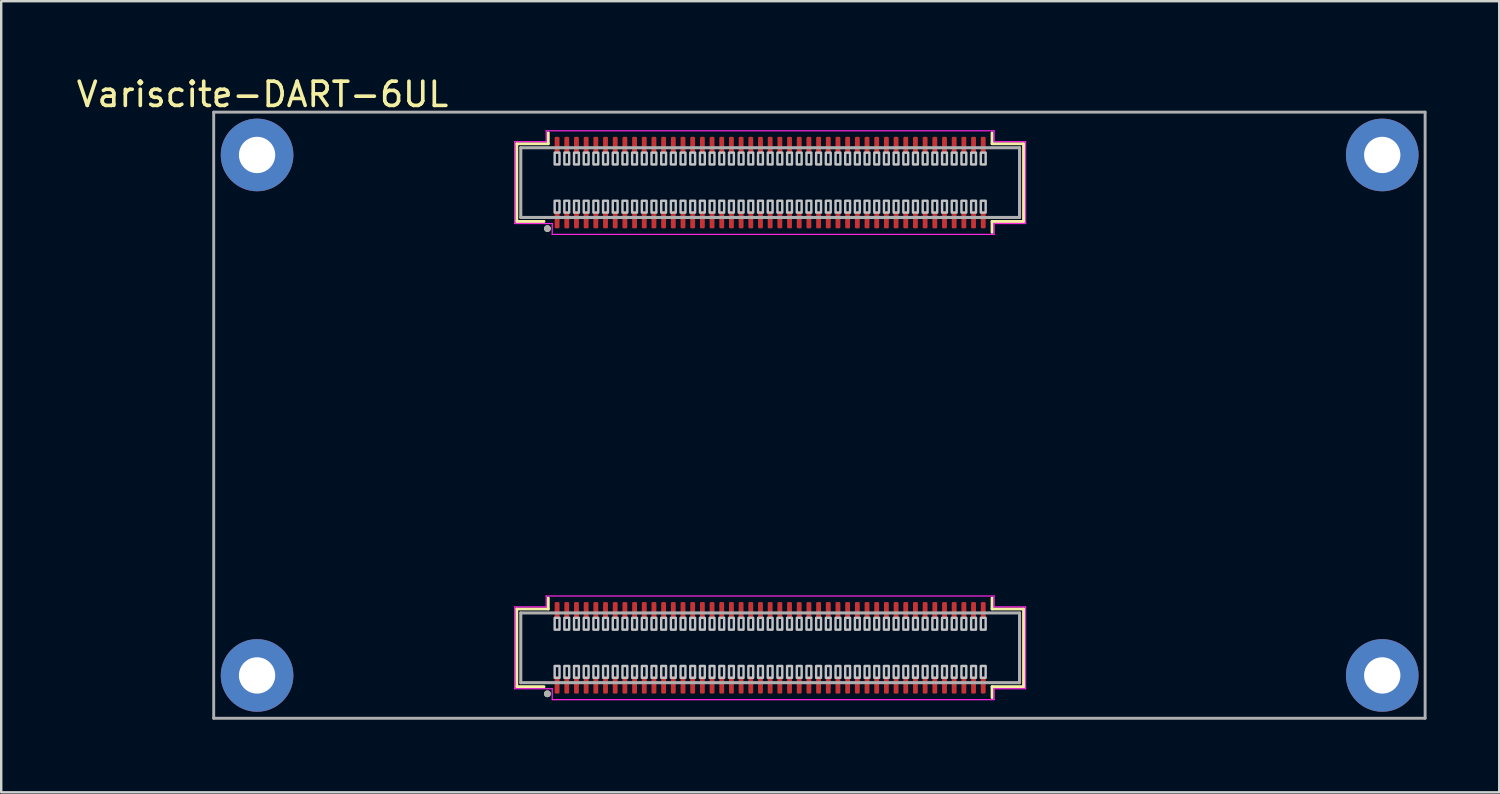
<source format=kicad_pcb>
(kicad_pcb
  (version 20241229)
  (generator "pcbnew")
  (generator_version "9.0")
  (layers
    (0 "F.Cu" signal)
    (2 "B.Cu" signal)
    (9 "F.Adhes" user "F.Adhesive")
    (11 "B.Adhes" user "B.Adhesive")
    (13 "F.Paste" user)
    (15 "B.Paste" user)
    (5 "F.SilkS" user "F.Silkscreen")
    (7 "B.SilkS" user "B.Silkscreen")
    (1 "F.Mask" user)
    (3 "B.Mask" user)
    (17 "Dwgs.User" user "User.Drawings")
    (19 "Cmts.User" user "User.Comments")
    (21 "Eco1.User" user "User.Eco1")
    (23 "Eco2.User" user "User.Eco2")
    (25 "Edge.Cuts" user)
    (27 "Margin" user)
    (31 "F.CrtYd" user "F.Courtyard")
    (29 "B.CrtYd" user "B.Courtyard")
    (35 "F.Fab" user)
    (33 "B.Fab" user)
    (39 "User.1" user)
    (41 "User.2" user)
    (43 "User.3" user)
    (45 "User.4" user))
  (footprint "Variscite-DART-6UL"
    (layer "F.Cu")
    (at 30.792 14.098)
    (property "Reference" "Variscite-DART-6UL" (at -23 -13.25 180) (layer "F.SilkS") (effects (font (size 1 1) (thickness 0.15))))
    (attr through_hole)
    (fp_line (start -12.499 -11.212) (end -11.199 -11.212) (stroke (width 0.12) (type solid)) (layer "F.SilkS"))
    (fp_line (start -12.499 -8.002) (end -12.499 -11.212) (stroke (width 0.12) (type solid)) (layer "F.SilkS"))
    (fp_line (start -12.499 8.002) (end -11.199 8.002) (stroke (width 0.12) (type solid)) (layer "F.SilkS"))
    (fp_line (start -12.499 11.212) (end -12.499 8.002) (stroke (width 0.12) (type solid)) (layer "F.SilkS"))
    (fp_line (start -11.374 -8.002) (end -12.499 -8.002) (stroke (width 0.12) (type solid)) (layer "F.SilkS"))
    (fp_line (start -11.374 11.212) (end -12.499 11.212) (stroke (width 0.12) (type solid)) (layer "F.SilkS"))
    (fp_line (start -11.199 -11.212) (end -11.199 -11.662) (stroke (width 0.12) (type solid)) (layer "F.SilkS"))
    (fp_line (start -11.199 8.002) (end -11.199 7.552) (stroke (width 0.12) (type solid)) (layer "F.SilkS"))
    (fp_line (start 7.131 -11.662) (end 7.131 -11.212) (stroke (width 0.12) (type solid)) (layer "F.SilkS"))
    (fp_line (start 7.131 -8.002) (end 7.131 -7.552) (stroke (width 0.12) (type solid)) (layer "F.SilkS"))
    (fp_line (start 7.131 7.552) (end 7.131 8.002) (stroke (width 0.12) (type solid)) (layer "F.SilkS"))
    (fp_line (start 7.131 11.212) (end 7.131 11.662) (stroke (width 0.12) (type solid)) (layer "F.SilkS"))
    (fp_line (start 8.431 -11.212) (end 7.131 -11.212) (stroke (width 0.12) (type solid)) (layer "F.SilkS"))
    (fp_line (start 8.431 -11.212) (end 8.431 -8.002) (stroke (width 0.12) (type solid)) (layer "F.SilkS"))
    (fp_line (start 8.431 -8.002) (end 7.131 -8.002) (stroke (width 0.12) (type solid)) (layer "F.SilkS"))
    (fp_line (start 8.431 8.002) (end 7.131 8.002) (stroke (width 0.12) (type solid)) (layer "F.SilkS"))
    (fp_line (start 8.431 8.002) (end 8.431 11.212) (stroke (width 0.12) (type solid)) (layer "F.SilkS"))
    (fp_line (start 8.431 11.212) (end 7.131 11.212) (stroke (width 0.12) (type solid)) (layer "F.SilkS"))
    (fp_circle (center -11.234 -7.707) (end -11.164 -7.707) (stroke (width 0.14) (type solid)) (fill no) (layer "F.SilkS"))
    (fp_circle (center -11.234 11.507) (end -11.164 11.507) (stroke (width 0.14) (type solid)) (fill no) (layer "F.SilkS"))
    (fp_poly (pts (xy -10.734 -10.846) (xy -10.734 -10.357) (xy -10.934 -10.357) (xy -10.934 -10.846)) (stroke (width 0.1) (type solid)) (fill no) (layer "Dwgs.User"))
    (fp_poly (pts (xy -10.734 -8.857) (xy -10.734 -8.368) (xy -10.934 -8.368) (xy -10.934 -8.857)) (stroke (width 0.1) (type solid)) (fill no) (layer "Dwgs.User"))
    (fp_poly (pts (xy -10.734 8.368) (xy -10.734 8.857) (xy -10.934 8.857) (xy -10.934 8.368)) (stroke (width 0.1) (type solid)) (fill no) (layer "Dwgs.User"))
    (fp_poly (pts (xy -10.734 10.357) (xy -10.734 10.846) (xy -10.934 10.846) (xy -10.934 10.357)) (stroke (width 0.1) (type solid)) (fill no) (layer "Dwgs.User"))
    (fp_poly (pts (xy -10.334 -10.846) (xy -10.334 -10.357) (xy -10.534 -10.357) (xy -10.534 -10.846)) (stroke (width 0.1) (type solid)) (fill no) (layer "Dwgs.User"))
    (fp_poly (pts (xy -10.334 -8.857) (xy -10.334 -8.368) (xy -10.534 -8.368) (xy -10.534 -8.857)) (stroke (width 0.1) (type solid)) (fill no) (layer "Dwgs.User"))
    (fp_poly (pts (xy -10.334 8.368) (xy -10.334 8.857) (xy -10.534 8.857) (xy -10.534 8.368)) (stroke (width 0.1) (type solid)) (fill no) (layer "Dwgs.User"))
    (fp_poly (pts (xy -10.334 10.357) (xy -10.334 10.846) (xy -10.534 10.846) (xy -10.534 10.357)) (stroke (width 0.1) (type solid)) (fill no) (layer "Dwgs.User"))
    (fp_poly (pts (xy -9.934 -10.846) (xy -9.934 -10.357) (xy -10.134 -10.357) (xy -10.134 -10.846)) (stroke (width 0.1) (type solid)) (fill no) (layer "Dwgs.User"))
    (fp_poly (pts (xy -9.934 -8.857) (xy -9.934 -8.368) (xy -10.134 -8.368) (xy -10.134 -8.857)) (stroke (width 0.1) (type solid)) (fill no) (layer "Dwgs.User"))
    (fp_poly (pts (xy -9.934 8.368) (xy -9.934 8.857) (xy -10.134 8.857) (xy -10.134 8.368)) (stroke (width 0.1) (type solid)) (fill no) (layer "Dwgs.User"))
    (fp_poly (pts (xy -9.934 10.357) (xy -9.934 10.846) (xy -10.134 10.846) (xy -10.134 10.357)) (stroke (width 0.1) (type solid)) (fill no) (layer "Dwgs.User"))
    (fp_poly (pts (xy -9.534 -10.846) (xy -9.534 -10.357) (xy -9.734 -10.357) (xy -9.734 -10.846)) (stroke (width 0.1) (type solid)) (fill no) (layer "Dwgs.User"))
    (fp_poly (pts (xy -9.534 -8.857) (xy -9.534 -8.368) (xy -9.734 -8.368) (xy -9.734 -8.857)) (stroke (width 0.1) (type solid)) (fill no) (layer "Dwgs.User"))
    (fp_poly (pts (xy -9.534 8.368) (xy -9.534 8.857) (xy -9.734 8.857) (xy -9.734 8.368)) (stroke (width 0.1) (type solid)) (fill no) (layer "Dwgs.User"))
    (fp_poly (pts (xy -9.534 10.357) (xy -9.534 10.846) (xy -9.734 10.846) (xy -9.734 10.357)) (stroke (width 0.1) (type solid)) (fill no) (layer "Dwgs.User"))
    (fp_poly (pts (xy -9.134 -10.846) (xy -9.134 -10.357) (xy -9.334 -10.357) (xy -9.334 -10.846)) (stroke (width 0.1) (type solid)) (fill no) (layer "Dwgs.User"))
    (fp_poly (pts (xy -9.134 -8.857) (xy -9.134 -8.368) (xy -9.334 -8.368) (xy -9.334 -8.857)) (stroke (width 0.1) (type solid)) (fill no) (layer "Dwgs.User"))
    (fp_poly (pts (xy -9.134 8.368) (xy -9.134 8.857) (xy -9.334 8.857) (xy -9.334 8.368)) (stroke (width 0.1) (type solid)) (fill no) (layer "Dwgs.User"))
    (fp_poly (pts (xy -9.134 10.357) (xy -9.134 10.846) (xy -9.334 10.846) (xy -9.334 10.357)) (stroke (width 0.1) (type solid)) (fill no) (layer "Dwgs.User"))
    (fp_poly (pts (xy -8.734 -10.846) (xy -8.734 -10.357) (xy -8.934 -10.357) (xy -8.934 -10.846)) (stroke (width 0.1) (type solid)) (fill no) (layer "Dwgs.User"))
    (fp_poly (pts (xy -8.734 -8.857) (xy -8.734 -8.368) (xy -8.934 -8.368) (xy -8.934 -8.857)) (stroke (width 0.1) (type solid)) (fill no) (layer "Dwgs.User"))
    (fp_poly (pts (xy -8.734 8.368) (xy -8.734 8.857) (xy -8.934 8.857) (xy -8.934 8.368)) (stroke (width 0.1) (type solid)) (fill no) (layer "Dwgs.User"))
    (fp_poly (pts (xy -8.734 10.357) (xy -8.734 10.846) (xy -8.934 10.846) (xy -8.934 10.357)) (stroke (width 0.1) (type solid)) (fill no) (layer "Dwgs.User"))
    (fp_poly (pts (xy -8.334 -10.846) (xy -8.334 -10.357) (xy -8.534 -10.357) (xy -8.534 -10.846)) (stroke (width 0.1) (type solid)) (fill no) (layer "Dwgs.User"))
    (fp_poly (pts (xy -8.334 -8.857) (xy -8.334 -8.368) (xy -8.534 -8.368) (xy -8.534 -8.857)) (stroke (width 0.1) (type solid)) (fill no) (layer "Dwgs.User"))
    (fp_poly (pts (xy -8.334 8.368) (xy -8.334 8.857) (xy -8.534 8.857) (xy -8.534 8.368)) (stroke (width 0.1) (type solid)) (fill no) (layer "Dwgs.User"))
    (fp_poly (pts (xy -8.334 10.357) (xy -8.334 10.846) (xy -8.534 10.846) (xy -8.534 10.357)) (stroke (width 0.1) (type solid)) (fill no) (layer "Dwgs.User"))
    (fp_poly (pts (xy -7.934 -10.846) (xy -7.934 -10.357) (xy -8.134 -10.357) (xy -8.134 -10.846)) (stroke (width 0.1) (type solid)) (fill no) (layer "Dwgs.User"))
    (fp_poly (pts (xy -7.934 -8.857) (xy -7.934 -8.368) (xy -8.134 -8.368) (xy -8.134 -8.857)) (stroke (width 0.1) (type solid)) (fill no) (layer "Dwgs.User"))
    (fp_poly (pts (xy -7.934 8.368) (xy -7.934 8.857) (xy -8.134 8.857) (xy -8.134 8.368)) (stroke (width 0.1) (type solid)) (fill no) (layer "Dwgs.User"))
    (fp_poly (pts (xy -7.934 10.357) (xy -7.934 10.846) (xy -8.134 10.846) (xy -8.134 10.357)) (stroke (width 0.1) (type solid)) (fill no) (layer "Dwgs.User"))
    (fp_poly (pts (xy -7.534 -10.846) (xy -7.534 -10.357) (xy -7.734 -10.357) (xy -7.734 -10.846)) (stroke (width 0.1) (type solid)) (fill no) (layer "Dwgs.User"))
    (fp_poly (pts (xy -7.534 -8.857) (xy -7.534 -8.368) (xy -7.734 -8.368) (xy -7.734 -8.857)) (stroke (width 0.1) (type solid)) (fill no) (layer "Dwgs.User"))
    (fp_poly (pts (xy -7.534 8.368) (xy -7.534 8.857) (xy -7.734 8.857) (xy -7.734 8.368)) (stroke (width 0.1) (type solid)) (fill no) (layer "Dwgs.User"))
    (fp_poly (pts (xy -7.534 10.357) (xy -7.534 10.846) (xy -7.734 10.846) (xy -7.734 10.357)) (stroke (width 0.1) (type solid)) (fill no) (layer "Dwgs.User"))
    (fp_poly (pts (xy -7.134 -10.846) (xy -7.134 -10.357) (xy -7.334 -10.357) (xy -7.334 -10.846)) (stroke (width 0.1) (type solid)) (fill no) (layer "Dwgs.User"))
    (fp_poly (pts (xy -7.134 -8.857) (xy -7.134 -8.368) (xy -7.334 -8.368) (xy -7.334 -8.857)) (stroke (width 0.1) (type solid)) (fill no) (layer "Dwgs.User"))
    (fp_poly (pts (xy -7.134 8.368) (xy -7.134 8.857) (xy -7.334 8.857) (xy -7.334 8.368)) (stroke (width 0.1) (type solid)) (fill no) (layer "Dwgs.User"))
    (fp_poly (pts (xy -7.134 10.357) (xy -7.134 10.846) (xy -7.334 10.846) (xy -7.334 10.357)) (stroke (width 0.1) (type solid)) (fill no) (layer "Dwgs.User"))
    (fp_poly (pts (xy -6.734 -10.846) (xy -6.734 -10.357) (xy -6.934 -10.357) (xy -6.934 -10.846)) (stroke (width 0.1) (type solid)) (fill no) (layer "Dwgs.User"))
    (fp_poly (pts (xy -6.734 -8.857) (xy -6.734 -8.368) (xy -6.934 -8.368) (xy -6.934 -8.857)) (stroke (width 0.1) (type solid)) (fill no) (layer "Dwgs.User"))
    (fp_poly (pts (xy -6.734 8.368) (xy -6.734 8.857) (xy -6.934 8.857) (xy -6.934 8.368)) (stroke (width 0.1) (type solid)) (fill no) (layer "Dwgs.User"))
    (fp_poly (pts (xy -6.734 10.357) (xy -6.734 10.846) (xy -6.934 10.846) (xy -6.934 10.357)) (stroke (width 0.1) (type solid)) (fill no) (layer "Dwgs.User"))
    (fp_poly (pts (xy -6.334 -10.846) (xy -6.334 -10.357) (xy -6.534 -10.357) (xy -6.534 -10.846)) (stroke (width 0.1) (type solid)) (fill no) (layer "Dwgs.User"))
    (fp_poly (pts (xy -6.334 -8.857) (xy -6.334 -8.368) (xy -6.534 -8.368) (xy -6.534 -8.857)) (stroke (width 0.1) (type solid)) (fill no) (layer "Dwgs.User"))
    (fp_poly (pts (xy -6.334 8.368) (xy -6.334 8.857) (xy -6.534 8.857) (xy -6.534 8.368)) (stroke (width 0.1) (type solid)) (fill no) (layer "Dwgs.User"))
    (fp_poly (pts (xy -6.334 10.357) (xy -6.334 10.846) (xy -6.534 10.846) (xy -6.534 10.357)) (stroke (width 0.1) (type solid)) (fill no) (layer "Dwgs.User"))
    (fp_poly (pts (xy -5.934 -10.846) (xy -5.934 -10.357) (xy -6.134 -10.357) (xy -6.134 -10.846)) (stroke (width 0.1) (type solid)) (fill no) (layer "Dwgs.User"))
    (fp_poly (pts (xy -5.934 -8.857) (xy -5.934 -8.368) (xy -6.134 -8.368) (xy -6.134 -8.857)) (stroke (width 0.1) (type solid)) (fill no) (layer "Dwgs.User"))
    (fp_poly (pts (xy -5.934 8.368) (xy -5.934 8.857) (xy -6.134 8.857) (xy -6.134 8.368)) (stroke (width 0.1) (type solid)) (fill no) (layer "Dwgs.User"))
    (fp_poly (pts (xy -5.934 10.357) (xy -5.934 10.846) (xy -6.134 10.846) (xy -6.134 10.357)) (stroke (width 0.1) (type solid)) (fill no) (layer "Dwgs.User"))
    (fp_poly (pts (xy -5.534 -10.846) (xy -5.534 -10.357) (xy -5.734 -10.357) (xy -5.734 -10.846)) (stroke (width 0.1) (type solid)) (fill no) (layer "Dwgs.User"))
    (fp_poly (pts (xy -5.534 -8.857) (xy -5.534 -8.368) (xy -5.734 -8.368) (xy -5.734 -8.857)) (stroke (width 0.1) (type solid)) (fill no) (layer "Dwgs.User"))
    (fp_poly (pts (xy -5.534 8.368) (xy -5.534 8.857) (xy -5.734 8.857) (xy -5.734 8.368)) (stroke (width 0.1) (type solid)) (fill no) (layer "Dwgs.User"))
    (fp_poly (pts (xy -5.534 10.357) (xy -5.534 10.846) (xy -5.734 10.846) (xy -5.734 10.357)) (stroke (width 0.1) (type solid)) (fill no) (layer "Dwgs.User"))
    (fp_poly (pts (xy -5.134 -10.846) (xy -5.134 -10.357) (xy -5.334 -10.357) (xy -5.334 -10.846)) (stroke (width 0.1) (type solid)) (fill no) (layer "Dwgs.User"))
    (fp_poly (pts (xy -5.134 -8.857) (xy -5.134 -8.368) (xy -5.334 -8.368) (xy -5.334 -8.857)) (stroke (width 0.1) (type solid)) (fill no) (layer "Dwgs.User"))
    (fp_poly (pts (xy -5.134 8.368) (xy -5.134 8.857) (xy -5.334 8.857) (xy -5.334 8.368)) (stroke (width 0.1) (type solid)) (fill no) (layer "Dwgs.User"))
    (fp_poly (pts (xy -5.134 10.357) (xy -5.134 10.846) (xy -5.334 10.846) (xy -5.334 10.357)) (stroke (width 0.1) (type solid)) (fill no) (layer "Dwgs.User"))
    (fp_poly (pts (xy -4.734 -10.846) (xy -4.734 -10.357) (xy -4.934 -10.357) (xy -4.934 -10.846)) (stroke (width 0.1) (type solid)) (fill no) (layer "Dwgs.User"))
    (fp_poly (pts (xy -4.734 -8.857) (xy -4.734 -8.368) (xy -4.934 -8.368) (xy -4.934 -8.857)) (stroke (width 0.1) (type solid)) (fill no) (layer "Dwgs.User"))
    (fp_poly (pts (xy -4.734 8.368) (xy -4.734 8.857) (xy -4.934 8.857) (xy -4.934 8.368)) (stroke (width 0.1) (type solid)) (fill no) (layer "Dwgs.User"))
    (fp_poly (pts (xy -4.734 10.357) (xy -4.734 10.846) (xy -4.934 10.846) (xy -4.934 10.357)) (stroke (width 0.1) (type solid)) (fill no) (layer "Dwgs.User"))
    (fp_poly (pts (xy -4.334 -10.846) (xy -4.334 -10.357) (xy -4.534 -10.357) (xy -4.534 -10.846)) (stroke (width 0.1) (type solid)) (fill no) (layer "Dwgs.User"))
    (fp_poly (pts (xy -4.334 -8.857) (xy -4.334 -8.368) (xy -4.534 -8.368) (xy -4.534 -8.857)) (stroke (width 0.1) (type solid)) (fill no) (layer "Dwgs.User"))
    (fp_poly (pts (xy -4.334 8.368) (xy -4.334 8.857) (xy -4.534 8.857) (xy -4.534 8.368)) (stroke (width 0.1) (type solid)) (fill no) (layer "Dwgs.User"))
    (fp_poly (pts (xy -4.334 10.357) (xy -4.334 10.846) (xy -4.534 10.846) (xy -4.534 10.357)) (stroke (width 0.1) (type solid)) (fill no) (layer "Dwgs.User"))
    (fp_poly (pts (xy -3.934 -10.846) (xy -3.934 -10.357) (xy -4.134 -10.357) (xy -4.134 -10.846)) (stroke (width 0.1) (type solid)) (fill no) (layer "Dwgs.User"))
    (fp_poly (pts (xy -3.934 -8.857) (xy -3.934 -8.368) (xy -4.134 -8.368) (xy -4.134 -8.857)) (stroke (width 0.1) (type solid)) (fill no) (layer "Dwgs.User"))
    (fp_poly (pts (xy -3.934 8.368) (xy -3.934 8.857) (xy -4.134 8.857) (xy -4.134 8.368)) (stroke (width 0.1) (type solid)) (fill no) (layer "Dwgs.User"))
    (fp_poly (pts (xy -3.934 10.357) (xy -3.934 10.846) (xy -4.134 10.846) (xy -4.134 10.357)) (stroke (width 0.1) (type solid)) (fill no) (layer "Dwgs.User"))
    (fp_poly (pts (xy -3.534 -10.846) (xy -3.534 -10.357) (xy -3.734 -10.357) (xy -3.734 -10.846)) (stroke (width 0.1) (type solid)) (fill no) (layer "Dwgs.User"))
    (fp_poly (pts (xy -3.534 -8.857) (xy -3.534 -8.368) (xy -3.734 -8.368) (xy -3.734 -8.857)) (stroke (width 0.1) (type solid)) (fill no) (layer "Dwgs.User"))
    (fp_poly (pts (xy -3.534 8.368) (xy -3.534 8.857) (xy -3.734 8.857) (xy -3.734 8.368)) (stroke (width 0.1) (type solid)) (fill no) (layer "Dwgs.User"))
    (fp_poly (pts (xy -3.534 10.357) (xy -3.534 10.846) (xy -3.734 10.846) (xy -3.734 10.357)) (stroke (width 0.1) (type solid)) (fill no) (layer "Dwgs.User"))
    (fp_poly (pts (xy -3.134 -10.846) (xy -3.134 -10.357) (xy -3.334 -10.357) (xy -3.334 -10.846)) (stroke (width 0.1) (type solid)) (fill no) (layer "Dwgs.User"))
    (fp_poly (pts (xy -3.134 -8.857) (xy -3.134 -8.368) (xy -3.334 -8.368) (xy -3.334 -8.857)) (stroke (width 0.1) (type solid)) (fill no) (layer "Dwgs.User"))
    (fp_poly (pts (xy -3.134 8.368) (xy -3.134 8.857) (xy -3.334 8.857) (xy -3.334 8.368)) (stroke (width 0.1) (type solid)) (fill no) (layer "Dwgs.User"))
    (fp_poly (pts (xy -3.134 10.357) (xy -3.134 10.846) (xy -3.334 10.846) (xy -3.334 10.357)) (stroke (width 0.1) (type solid)) (fill no) (layer "Dwgs.User"))
    (fp_poly (pts (xy -2.734 -10.846) (xy -2.734 -10.357) (xy -2.934 -10.357) (xy -2.934 -10.846)) (stroke (width 0.1) (type solid)) (fill no) (layer "Dwgs.User"))
    (fp_poly (pts (xy -2.734 -8.857) (xy -2.734 -8.368) (xy -2.934 -8.368) (xy -2.934 -8.857)) (stroke (width 0.1) (type solid)) (fill no) (layer "Dwgs.User"))
    (fp_poly (pts (xy -2.734 8.368) (xy -2.734 8.857) (xy -2.934 8.857) (xy -2.934 8.368)) (stroke (width 0.1) (type solid)) (fill no) (layer "Dwgs.User"))
    (fp_poly (pts (xy -2.734 10.357) (xy -2.734 10.846) (xy -2.934 10.846) (xy -2.934 10.357)) (stroke (width 0.1) (type solid)) (fill no) (layer "Dwgs.User"))
    (fp_poly (pts (xy -2.334 -10.846) (xy -2.334 -10.357) (xy -2.534 -10.357) (xy -2.534 -10.846)) (stroke (width 0.1) (type solid)) (fill no) (layer "Dwgs.User"))
    (fp_poly (pts (xy -2.334 -8.857) (xy -2.334 -8.368) (xy -2.534 -8.368) (xy -2.534 -8.857)) (stroke (width 0.1) (type solid)) (fill no) (layer "Dwgs.User"))
    (fp_poly (pts (xy -2.334 8.368) (xy -2.334 8.857) (xy -2.534 8.857) (xy -2.534 8.368)) (stroke (width 0.1) (type solid)) (fill no) (layer "Dwgs.User"))
    (fp_poly (pts (xy -2.334 10.357) (xy -2.334 10.846) (xy -2.534 10.846) (xy -2.534 10.357)) (stroke (width 0.1) (type solid)) (fill no) (layer "Dwgs.User"))
    (fp_poly (pts (xy -1.934 -10.846) (xy -1.934 -10.357) (xy -2.134 -10.357) (xy -2.134 -10.846)) (stroke (width 0.1) (type solid)) (fill no) (layer "Dwgs.User"))
    (fp_poly (pts (xy -1.934 -8.857) (xy -1.934 -8.368) (xy -2.134 -8.368) (xy -2.134 -8.857)) (stroke (width 0.1) (type solid)) (fill no) (layer "Dwgs.User"))
    (fp_poly (pts (xy -1.934 8.368) (xy -1.934 8.857) (xy -2.134 8.857) (xy -2.134 8.368)) (stroke (width 0.1) (type solid)) (fill no) (layer "Dwgs.User"))
    (fp_poly (pts (xy -1.934 10.357) (xy -1.934 10.846) (xy -2.134 10.846) (xy -2.134 10.357)) (stroke (width 0.1) (type solid)) (fill no) (layer "Dwgs.User"))
    (fp_poly (pts (xy -1.534 -10.846) (xy -1.534 -10.357) (xy -1.734 -10.357) (xy -1.734 -10.846)) (stroke (width 0.1) (type solid)) (fill no) (layer "Dwgs.User"))
    (fp_poly (pts (xy -1.534 -8.857) (xy -1.534 -8.368) (xy -1.734 -8.368) (xy -1.734 -8.857)) (stroke (width 0.1) (type solid)) (fill no) (layer "Dwgs.User"))
    (fp_poly (pts (xy -1.534 8.368) (xy -1.534 8.857) (xy -1.734 8.857) (xy -1.734 8.368)) (stroke (width 0.1) (type solid)) (fill no) (layer "Dwgs.User"))
    (fp_poly (pts (xy -1.534 10.357) (xy -1.534 10.846) (xy -1.734 10.846) (xy -1.734 10.357)) (stroke (width 0.1) (type solid)) (fill no) (layer "Dwgs.User"))
    (fp_poly (pts (xy -1.134 -10.846) (xy -1.134 -10.357) (xy -1.334 -10.357) (xy -1.334 -10.846)) (stroke (width 0.1) (type solid)) (fill no) (layer "Dwgs.User"))
    (fp_poly (pts (xy -1.134 -8.857) (xy -1.134 -8.368) (xy -1.334 -8.368) (xy -1.334 -8.857)) (stroke (width 0.1) (type solid)) (fill no) (layer "Dwgs.User"))
    (fp_poly (pts (xy -1.134 8.368) (xy -1.134 8.857) (xy -1.334 8.857) (xy -1.334 8.368)) (stroke (width 0.1) (type solid)) (fill no) (layer "Dwgs.User"))
    (fp_poly (pts (xy -1.134 10.357) (xy -1.134 10.846) (xy -1.334 10.846) (xy -1.334 10.357)) (stroke (width 0.1) (type solid)) (fill no) (layer "Dwgs.User"))
    (fp_poly (pts (xy -0.734 -10.846) (xy -0.734 -10.357) (xy -0.934 -10.357) (xy -0.934 -10.846)) (stroke (width 0.1) (type solid)) (fill no) (layer "Dwgs.User"))
    (fp_poly (pts (xy -0.734 -8.857) (xy -0.734 -8.368) (xy -0.934 -8.368) (xy -0.934 -8.857)) (stroke (width 0.1) (type solid)) (fill no) (layer "Dwgs.User"))
    (fp_poly (pts (xy -0.734 8.368) (xy -0.734 8.857) (xy -0.934 8.857) (xy -0.934 8.368)) (stroke (width 0.1) (type solid)) (fill no) (layer "Dwgs.User"))
    (fp_poly (pts (xy -0.734 10.357) (xy -0.734 10.846) (xy -0.934 10.846) (xy -0.934 10.357)) (stroke (width 0.1) (type solid)) (fill no) (layer "Dwgs.User"))
    (fp_poly (pts (xy -0.334 -10.846) (xy -0.334 -10.357) (xy -0.534 -10.357) (xy -0.534 -10.846)) (stroke (width 0.1) (type solid)) (fill no) (layer "Dwgs.User"))
    (fp_poly (pts (xy -0.334 -8.857) (xy -0.334 -8.368) (xy -0.534 -8.368) (xy -0.534 -8.857)) (stroke (width 0.1) (type solid)) (fill no) (layer "Dwgs.User"))
    (fp_poly (pts (xy -0.334 8.368) (xy -0.334 8.857) (xy -0.534 8.857) (xy -0.534 8.368)) (stroke (width 0.1) (type solid)) (fill no) (layer "Dwgs.User"))
    (fp_poly (pts (xy -0.334 10.357) (xy -0.334 10.846) (xy -0.534 10.846) (xy -0.534 10.357)) (stroke (width 0.1) (type solid)) (fill no) (layer "Dwgs.User"))
    (fp_poly (pts (xy 0.066 -10.846) (xy 0.066 -10.357) (xy -0.134 -10.357) (xy -0.134 -10.846)) (stroke (width 0.1) (type solid)) (fill no) (layer "Dwgs.User"))
    (fp_poly (pts (xy 0.066 -8.857) (xy 0.066 -8.368) (xy -0.134 -8.368) (xy -0.134 -8.857)) (stroke (width 0.1) (type solid)) (fill no) (layer "Dwgs.User"))
    (fp_poly (pts (xy 0.066 8.368) (xy 0.066 8.857) (xy -0.134 8.857) (xy -0.134 8.368)) (stroke (width 0.1) (type solid)) (fill no) (layer "Dwgs.User"))
    (fp_poly (pts (xy 0.066 10.357) (xy 0.066 10.846) (xy -0.134 10.846) (xy -0.134 10.357)) (stroke (width 0.1) (type solid)) (fill no) (layer "Dwgs.User"))
    (fp_poly (pts (xy 0.466 -10.846) (xy 0.466 -10.357) (xy 0.266 -10.357) (xy 0.266 -10.846)) (stroke (width 0.1) (type solid)) (fill no) (layer "Dwgs.User"))
    (fp_poly (pts (xy 0.466 -8.857) (xy 0.466 -8.368) (xy 0.266 -8.368) (xy 0.266 -8.857)) (stroke (width 0.1) (type solid)) (fill no) (layer "Dwgs.User"))
    (fp_poly (pts (xy 0.466 8.368) (xy 0.466 8.857) (xy 0.266 8.857) (xy 0.266 8.368)) (stroke (width 0.1) (type solid)) (fill no) (layer "Dwgs.User"))
    (fp_poly (pts (xy 0.466 10.357) (xy 0.466 10.846) (xy 0.266 10.846) (xy 0.266 10.357)) (stroke (width 0.1) (type solid)) (fill no) (layer "Dwgs.User"))
    (fp_poly (pts (xy 0.866 -10.846) (xy 0.866 -10.357) (xy 0.666 -10.357) (xy 0.666 -10.846)) (stroke (width 0.1) (type solid)) (fill no) (layer "Dwgs.User"))
    (fp_poly (pts (xy 0.866 -8.857) (xy 0.866 -8.368) (xy 0.666 -8.368) (xy 0.666 -8.857)) (stroke (width 0.1) (type solid)) (fill no) (layer "Dwgs.User"))
    (fp_poly (pts (xy 0.866 8.368) (xy 0.866 8.857) (xy 0.666 8.857) (xy 0.666 8.368)) (stroke (width 0.1) (type solid)) (fill no) (layer "Dwgs.User"))
    (fp_poly (pts (xy 0.866 10.357) (xy 0.866 10.846) (xy 0.666 10.846) (xy 0.666 10.357)) (stroke (width 0.1) (type solid)) (fill no) (layer "Dwgs.User"))
    (fp_poly (pts (xy 1.266 -10.846) (xy 1.266 -10.357) (xy 1.066 -10.357) (xy 1.066 -10.846)) (stroke (width 0.1) (type solid)) (fill no) (layer "Dwgs.User"))
    (fp_poly (pts (xy 1.266 -8.857) (xy 1.266 -8.368) (xy 1.066 -8.368) (xy 1.066 -8.857)) (stroke (width 0.1) (type solid)) (fill no) (layer "Dwgs.User"))
    (fp_poly (pts (xy 1.266 8.368) (xy 1.266 8.857) (xy 1.066 8.857) (xy 1.066 8.368)) (stroke (width 0.1) (type solid)) (fill no) (layer "Dwgs.User"))
    (fp_poly (pts (xy 1.266 10.357) (xy 1.266 10.846) (xy 1.066 10.846) (xy 1.066 10.357)) (stroke (width 0.1) (type solid)) (fill no) (layer "Dwgs.User"))
    (fp_poly (pts (xy 1.666 -10.846) (xy 1.666 -10.357) (xy 1.466 -10.357) (xy 1.466 -10.846)) (stroke (width 0.1) (type solid)) (fill no) (layer "Dwgs.User"))
    (fp_poly (pts (xy 1.666 -8.857) (xy 1.666 -8.368) (xy 1.466 -8.368) (xy 1.466 -8.857)) (stroke (width 0.1) (type solid)) (fill no) (layer "Dwgs.User"))
    (fp_poly (pts (xy 1.666 8.368) (xy 1.666 8.857) (xy 1.466 8.857) (xy 1.466 8.368)) (stroke (width 0.1) (type solid)) (fill no) (layer "Dwgs.User"))
    (fp_poly (pts (xy 1.666 10.357) (xy 1.666 10.846) (xy 1.466 10.846) (xy 1.466 10.357)) (stroke (width 0.1) (type solid)) (fill no) (layer "Dwgs.User"))
    (fp_poly (pts (xy 2.066 -10.846) (xy 2.066 -10.357) (xy 1.866 -10.357) (xy 1.866 -10.846)) (stroke (width 0.1) (type solid)) (fill no) (layer "Dwgs.User"))
    (fp_poly (pts (xy 2.066 -8.857) (xy 2.066 -8.368) (xy 1.866 -8.368) (xy 1.866 -8.857)) (stroke (width 0.1) (type solid)) (fill no) (layer "Dwgs.User"))
    (fp_poly (pts (xy 2.066 8.368) (xy 2.066 8.857) (xy 1.866 8.857) (xy 1.866 8.368)) (stroke (width 0.1) (type solid)) (fill no) (layer "Dwgs.User"))
    (fp_poly (pts (xy 2.066 10.357) (xy 2.066 10.846) (xy 1.866 10.846) (xy 1.866 10.357)) (stroke (width 0.1) (type solid)) (fill no) (layer "Dwgs.User"))
    (fp_poly (pts (xy 2.466 -10.846) (xy 2.466 -10.357) (xy 2.266 -10.357) (xy 2.266 -10.846)) (stroke (width 0.1) (type solid)) (fill no) (layer "Dwgs.User"))
    (fp_poly (pts (xy 2.466 -8.857) (xy 2.466 -8.368) (xy 2.266 -8.368) (xy 2.266 -8.857)) (stroke (width 0.1) (type solid)) (fill no) (layer "Dwgs.User"))
    (fp_poly (pts (xy 2.466 8.368) (xy 2.466 8.857) (xy 2.266 8.857) (xy 2.266 8.368)) (stroke (width 0.1) (type solid)) (fill no) (layer "Dwgs.User"))
    (fp_poly (pts (xy 2.466 10.357) (xy 2.466 10.846) (xy 2.266 10.846) (xy 2.266 10.357)) (stroke (width 0.1) (type solid)) (fill no) (layer "Dwgs.User"))
    (fp_poly (pts (xy 2.866 -10.846) (xy 2.866 -10.357) (xy 2.666 -10.357) (xy 2.666 -10.846)) (stroke (width 0.1) (type solid)) (fill no) (layer "Dwgs.User"))
    (fp_poly (pts (xy 2.866 -8.857) (xy 2.866 -8.368) (xy 2.666 -8.368) (xy 2.666 -8.857)) (stroke (width 0.1) (type solid)) (fill no) (layer "Dwgs.User"))
    (fp_poly (pts (xy 2.866 8.368) (xy 2.866 8.857) (xy 2.666 8.857) (xy 2.666 8.368)) (stroke (width 0.1) (type solid)) (fill no) (layer "Dwgs.User"))
    (fp_poly (pts (xy 2.866 10.357) (xy 2.866 10.846) (xy 2.666 10.846) (xy 2.666 10.357)) (stroke (width 0.1) (type solid)) (fill no) (layer "Dwgs.User"))
    (fp_poly (pts (xy 3.266 -10.846) (xy 3.266 -10.357) (xy 3.066 -10.357) (xy 3.066 -10.846)) (stroke (width 0.1) (type solid)) (fill no) (layer "Dwgs.User"))
    (fp_poly (pts (xy 3.266 -8.857) (xy 3.266 -8.368) (xy 3.066 -8.368) (xy 3.066 -8.857)) (stroke (width 0.1) (type solid)) (fill no) (layer "Dwgs.User"))
    (fp_poly (pts (xy 3.266 8.368) (xy 3.266 8.857) (xy 3.066 8.857) (xy 3.066 8.368)) (stroke (width 0.1) (type solid)) (fill no) (layer "Dwgs.User"))
    (fp_poly (pts (xy 3.266 10.357) (xy 3.266 10.846) (xy 3.066 10.846) (xy 3.066 10.357)) (stroke (width 0.1) (type solid)) (fill no) (layer "Dwgs.User"))
    (fp_poly (pts (xy 3.666 -10.846) (xy 3.666 -10.357) (xy 3.466 -10.357) (xy 3.466 -10.846)) (stroke (width 0.1) (type solid)) (fill no) (layer "Dwgs.User"))
    (fp_poly (pts (xy 3.666 -8.857) (xy 3.666 -8.368) (xy 3.466 -8.368) (xy 3.466 -8.857)) (stroke (width 0.1) (type solid)) (fill no) (layer "Dwgs.User"))
    (fp_poly (pts (xy 3.666 8.368) (xy 3.666 8.857) (xy 3.466 8.857) (xy 3.466 8.368)) (stroke (width 0.1) (type solid)) (fill no) (layer "Dwgs.User"))
    (fp_poly (pts (xy 3.666 10.357) (xy 3.666 10.846) (xy 3.466 10.846) (xy 3.466 10.357)) (stroke (width 0.1) (type solid)) (fill no) (layer "Dwgs.User"))
    (fp_poly (pts (xy 4.066 -10.846) (xy 4.066 -10.357) (xy 3.866 -10.357) (xy 3.866 -10.846)) (stroke (width 0.1) (type solid)) (fill no) (layer "Dwgs.User"))
    (fp_poly (pts (xy 4.066 -8.857) (xy 4.066 -8.368) (xy 3.866 -8.368) (xy 3.866 -8.857)) (stroke (width 0.1) (type solid)) (fill no) (layer "Dwgs.User"))
    (fp_poly (pts (xy 4.066 8.368) (xy 4.066 8.857) (xy 3.866 8.857) (xy 3.866 8.368)) (stroke (width 0.1) (type solid)) (fill no) (layer "Dwgs.User"))
    (fp_poly (pts (xy 4.066 10.357) (xy 4.066 10.846) (xy 3.866 10.846) (xy 3.866 10.357)) (stroke (width 0.1) (type solid)) (fill no) (layer "Dwgs.User"))
    (fp_poly (pts (xy 4.466 -10.846) (xy 4.466 -10.357) (xy 4.266 -10.357) (xy 4.266 -10.846)) (stroke (width 0.1) (type solid)) (fill no) (layer "Dwgs.User"))
    (fp_poly (pts (xy 4.466 -8.857) (xy 4.466 -8.368) (xy 4.266 -8.368) (xy 4.266 -8.857)) (stroke (width 0.1) (type solid)) (fill no) (layer "Dwgs.User"))
    (fp_poly (pts (xy 4.466 8.368) (xy 4.466 8.857) (xy 4.266 8.857) (xy 4.266 8.368)) (stroke (width 0.1) (type solid)) (fill no) (layer "Dwgs.User"))
    (fp_poly (pts (xy 4.466 10.357) (xy 4.466 10.846) (xy 4.266 10.846) (xy 4.266 10.357)) (stroke (width 0.1) (type solid)) (fill no) (layer "Dwgs.User"))
    (fp_poly (pts (xy 4.866 -10.846) (xy 4.866 -10.357) (xy 4.666 -10.357) (xy 4.666 -10.846)) (stroke (width 0.1) (type solid)) (fill no) (layer "Dwgs.User"))
    (fp_poly (pts (xy 4.866 -8.857) (xy 4.866 -8.368) (xy 4.666 -8.368) (xy 4.666 -8.857)) (stroke (width 0.1) (type solid)) (fill no) (layer "Dwgs.User"))
    (fp_poly (pts (xy 4.866 8.368) (xy 4.866 8.857) (xy 4.666 8.857) (xy 4.666 8.368)) (stroke (width 0.1) (type solid)) (fill no) (layer "Dwgs.User"))
    (fp_poly (pts (xy 4.866 10.357) (xy 4.866 10.846) (xy 4.666 10.846) (xy 4.666 10.357)) (stroke (width 0.1) (type solid)) (fill no) (layer "Dwgs.User"))
    (fp_poly (pts (xy 5.266 -10.846) (xy 5.266 -10.357) (xy 5.066 -10.357) (xy 5.066 -10.846)) (stroke (width 0.1) (type solid)) (fill no) (layer "Dwgs.User"))
    (fp_poly (pts (xy 5.266 -8.857) (xy 5.266 -8.368) (xy 5.066 -8.368) (xy 5.066 -8.857)) (stroke (width 0.1) (type solid)) (fill no) (layer "Dwgs.User"))
    (fp_poly (pts (xy 5.266 8.368) (xy 5.266 8.857) (xy 5.066 8.857) (xy 5.066 8.368)) (stroke (width 0.1) (type solid)) (fill no) (layer "Dwgs.User"))
    (fp_poly (pts (xy 5.266 10.357) (xy 5.266 10.846) (xy 5.066 10.846) (xy 5.066 10.357)) (stroke (width 0.1) (type solid)) (fill no) (layer "Dwgs.User"))
    (fp_poly (pts (xy 5.666 -10.846) (xy 5.666 -10.357) (xy 5.466 -10.357) (xy 5.466 -10.846)) (stroke (width 0.1) (type solid)) (fill no) (layer "Dwgs.User"))
    (fp_poly (pts (xy 5.666 -8.857) (xy 5.666 -8.368) (xy 5.466 -8.368) (xy 5.466 -8.857)) (stroke (width 0.1) (type solid)) (fill no) (layer "Dwgs.User"))
    (fp_poly (pts (xy 5.666 8.368) (xy 5.666 8.857) (xy 5.466 8.857) (xy 5.466 8.368)) (stroke (width 0.1) (type solid)) (fill no) (layer "Dwgs.User"))
    (fp_poly (pts (xy 5.666 10.357) (xy 5.666 10.846) (xy 5.466 10.846) (xy 5.466 10.357)) (stroke (width 0.1) (type solid)) (fill no) (layer "Dwgs.User"))
    (fp_poly (pts (xy 6.066 -10.846) (xy 6.066 -10.357) (xy 5.866 -10.357) (xy 5.866 -10.846)) (stroke (width 0.1) (type solid)) (fill no) (layer "Dwgs.User"))
    (fp_poly (pts (xy 6.066 -8.857) (xy 6.066 -8.368) (xy 5.866 -8.368) (xy 5.866 -8.857)) (stroke (width 0.1) (type solid)) (fill no) (layer "Dwgs.User"))
    (fp_poly (pts (xy 6.066 8.368) (xy 6.066 8.857) (xy 5.866 8.857) (xy 5.866 8.368)) (stroke (width 0.1) (type solid)) (fill no) (layer "Dwgs.User"))
    (fp_poly (pts (xy 6.066 10.357) (xy 6.066 10.846) (xy 5.866 10.846) (xy 5.866 10.357)) (stroke (width 0.1) (type solid)) (fill no) (layer "Dwgs.User"))
    (fp_poly (pts (xy 6.466 -10.846) (xy 6.466 -10.357) (xy 6.266 -10.357) (xy 6.266 -10.846)) (stroke (width 0.1) (type solid)) (fill no) (layer "Dwgs.User"))
    (fp_poly (pts (xy 6.466 -8.857) (xy 6.466 -8.368) (xy 6.266 -8.368) (xy 6.266 -8.857)) (stroke (width 0.1) (type solid)) (fill no) (layer "Dwgs.User"))
    (fp_poly (pts (xy 6.466 8.368) (xy 6.466 8.857) (xy 6.266 8.857) (xy 6.266 8.368)) (stroke (width 0.1) (type solid)) (fill no) (layer "Dwgs.User"))
    (fp_poly (pts (xy 6.466 10.357) (xy 6.466 10.846) (xy 6.266 10.846) (xy 6.266 10.357)) (stroke (width 0.1) (type solid)) (fill no) (layer "Dwgs.User"))
    (fp_poly (pts (xy 6.866 -10.846) (xy 6.866 -10.357) (xy 6.666 -10.357) (xy 6.666 -10.846)) (stroke (width 0.1) (type solid)) (fill no) (layer "Dwgs.User"))
    (fp_poly (pts (xy 6.866 -8.857) (xy 6.866 -8.368) (xy 6.666 -8.368) (xy 6.666 -8.857)) (stroke (width 0.1) (type solid)) (fill no) (layer "Dwgs.User"))
    (fp_poly (pts (xy 6.866 8.368) (xy 6.866 8.857) (xy 6.666 8.857) (xy 6.666 8.368)) (stroke (width 0.1) (type solid)) (fill no) (layer "Dwgs.User"))
    (fp_poly (pts (xy 6.866 10.357) (xy 6.866 10.846) (xy 6.666 10.846) (xy 6.666 10.357)) (stroke (width 0.1) (type solid)) (fill no) (layer "Dwgs.User"))
    (fp_line (start -12.584 -11.297) (end -11.284 -11.297) (stroke (width 0.05) (type solid)) (layer "F.CrtYd"))
    (fp_line (start -12.584 -7.917) (end -12.584 -11.297) (stroke (width 0.05) (type solid)) (layer "F.CrtYd"))
    (fp_line (start -12.584 7.917) (end -11.284 7.917) (stroke (width 0.05) (type solid)) (layer "F.CrtYd"))
    (fp_line (start -12.584 11.297) (end -12.584 7.917) (stroke (width 0.05) (type solid)) (layer "F.CrtYd"))
    (fp_line (start -11.284 -11.747) (end 7.216 -11.747) (stroke (width 0.05) (type solid)) (layer "F.CrtYd"))
    (fp_line (start -11.284 -11.297) (end -11.284 -11.747) (stroke (width 0.05) (type solid)) (layer "F.CrtYd"))
    (fp_line (start -11.284 7.467) (end 7.216 7.467) (stroke (width 0.05) (type solid)) (layer "F.CrtYd"))
    (fp_line (start -11.284 7.917) (end -11.284 7.467) (stroke (width 0.05) (type solid)) (layer "F.CrtYd"))
    (fp_line (start -11.034 -7.917) (end -12.584 -7.917) (stroke (width 0.05) (type solid)) (layer "F.CrtYd"))
    (fp_line (start -11.034 -7.467) (end -11.034 -7.917) (stroke (width 0.05) (type solid)) (layer "F.CrtYd"))
    (fp_line (start -11.034 11.297) (end -12.584 11.297) (stroke (width 0.05) (type solid)) (layer "F.CrtYd"))
    (fp_line (start -11.034 11.747) (end -11.034 11.297) (stroke (width 0.05) (type solid)) (layer "F.CrtYd"))
    (fp_line (start 7.216 -11.747) (end 7.216 -11.297) (stroke (width 0.05) (type solid)) (layer "F.CrtYd"))
    (fp_line (start 7.216 -11.297) (end 8.516 -11.297) (stroke (width 0.05) (type solid)) (layer "F.CrtYd"))
    (fp_line (start 7.216 -7.917) (end 7.216 -7.467) (stroke (width 0.05) (type solid)) (layer "F.CrtYd"))
    (fp_line (start 7.216 -7.467) (end -11.034 -7.467) (stroke (width 0.05) (type solid)) (layer "F.CrtYd"))
    (fp_line (start 7.216 7.467) (end 7.216 7.917) (stroke (width 0.05) (type solid)) (layer "F.CrtYd"))
    (fp_line (start 7.216 7.917) (end 8.516 7.917) (stroke (width 0.05) (type solid)) (layer "F.CrtYd"))
    (fp_line (start 7.216 11.297) (end 7.216 11.747) (stroke (width 0.05) (type solid)) (layer "F.CrtYd"))
    (fp_line (start 7.216 11.747) (end -11.034 11.747) (stroke (width 0.05) (type solid)) (layer "F.CrtYd"))
    (fp_line (start 8.516 -11.297) (end 8.516 -7.917) (stroke (width 0.05) (type solid)) (layer "F.CrtYd"))
    (fp_line (start 8.516 -7.917) (end 7.216 -7.917) (stroke (width 0.05) (type solid)) (layer "F.CrtYd"))
    (fp_line (start 8.516 7.917) (end 8.516 11.297) (stroke (width 0.05) (type solid)) (layer "F.CrtYd"))
    (fp_line (start 8.516 11.297) (end 7.216 11.297) (stroke (width 0.05) (type solid)) (layer "F.CrtYd"))
    (fp_line (start -25.016 -12.516) (end -25.016 12.516) (stroke (width 0.12) (type solid)) (layer "F.Fab"))
    (fp_line (start -12.334 -11.047) (end -12.334 -8.167) (stroke (width 0.127) (type solid)) (layer "F.Fab"))
    (fp_line (start -12.334 -8.167) (end 8.266 -8.167) (stroke (width 0.127) (type solid)) (layer "F.Fab"))
    (fp_line (start -12.334 8.167) (end -12.334 11.047) (stroke (width 0.127) (type solid)) (layer "F.Fab"))
    (fp_line (start -12.334 11.047) (end 8.266 11.047) (stroke (width 0.127) (type solid)) (layer "F.Fab"))
    (fp_line (start -3.534 -9.607) (end -0.434 -9.607) (stroke (width 0.001) (type solid)) (layer "F.Fab"))
    (fp_line (start -3.534 9.607) (end -0.534 9.607) (stroke (width 0.001) (type solid)) (layer "F.Fab"))
    (fp_line (start -2.034 -8.107) (end -2.034 -11.107) (stroke (width 0.001) (type solid)) (layer "F.Fab"))
    (fp_line (start -2.034 11.107) (end -2.034 8.107) (stroke (width 0.001) (type solid)) (layer "F.Fab"))
    (fp_line (start 8.266 -11.047) (end -12.334 -11.047) (stroke (width 0.127) (type solid)) (layer "F.Fab"))
    (fp_line (start 8.266 -8.167) (end 8.266 -11.047) (stroke (width 0.127) (type solid)) (layer "F.Fab"))
    (fp_line (start 8.266 8.167) (end -12.334 8.167) (stroke (width 0.127) (type solid)) (layer "F.Fab"))
    (fp_line (start 8.266 11.047) (end 8.266 8.167) (stroke (width 0.127) (type solid)) (layer "F.Fab"))
    (fp_line (start 25.016 -12.516) (end -25.016 -12.516) (stroke (width 0.12) (type solid)) (layer "F.Fab"))
    (fp_line (start 25.016 -12.516) (end 25.016 12.516) (stroke (width 0.12) (type solid)) (layer "F.Fab"))
    (fp_line (start 25.016 12.516) (end -25.016 12.516) (stroke (width 0.12) (type solid)) (layer "F.Fab"))
    (fp_circle (center -11.234 -7.707) (end -11.164 -7.707) (stroke (width 0.14) (type solid)) (fill no) (layer "F.Fab"))
    (fp_circle (center -11.234 11.507) (end -11.164 11.507) (stroke (width 0.14) (type solid)) (fill no) (layer "F.Fab"))
    (fp_circle (center -2.034 -9.607) (end -2.034 -10.607) (stroke (width 0.001) (type solid)) (fill no) (layer "F.Fab"))
    (fp_circle (center -2.034 9.607) (end -2.034 8.607) (stroke (width 0.001) (type solid)) (fill no) (layer "F.Fab"))
    (pad "GND" thru_hole circle (at -23.225 -10.748 180) (size 3 3) (drill 1.5) (layers "*.Cu" "*.Mask"))
    (pad "GND" thru_hole circle (at -23.225 10.748 180) (size 3 3) (drill 1.5) (layers "*.Cu" "*.Mask"))
    (pad "GND" thru_hole circle (at 23.245 -10.748 180) (size 3 3) (drill 1.5) (layers "*.Cu" "*.Mask"))
    (pad "GND" thru_hole circle (at 23.245 10.748 180) (size 3 3) (drill 1.5) (layers "*.Cu" "*.Mask"))
    (pad "J1.1" smd roundrect (at -10.834 11.147 180) (size 0.2 0.7) (layers "F.Cu" "F.Mask" "F.Paste") (roundrect_rratio 0.25))
    (pad "J1.2" smd roundrect (at -10.834 8.067 180) (size 0.2 0.7) (layers "F.Cu" "F.Mask" "F.Paste") (roundrect_rratio 0.25))
    (pad "J1.3" smd roundrect (at -10.434 11.147 180) (size 0.2 0.7) (layers "F.Cu" "F.Mask" "F.Paste") (roundrect_rratio 0.25))
    (pad "J1.4" smd roundrect (at -10.434 8.067 180) (size 0.2 0.7) (layers "F.Cu" "F.Mask" "F.Paste") (roundrect_rratio 0.25))
    (pad "J1.5" smd roundrect (at -10.034 11.147 180) (size 0.2 0.7) (layers "F.Cu" "F.Mask" "F.Paste") (roundrect_rratio 0.25))
    (pad "J1.6" smd roundrect (at -10.034 8.067 180) (size 0.2 0.7) (layers "F.Cu" "F.Mask" "F.Paste") (roundrect_rratio 0.25))
    (pad "J1.7" smd roundrect (at -9.634 11.147 180) (size 0.2 0.7) (layers "F.Cu" "F.Mask" "F.Paste") (roundrect_rratio 0.25))
    (pad "J1.8" smd roundrect (at -9.634 8.067 180) (size 0.2 0.7) (layers "F.Cu" "F.Mask" "F.Paste") (roundrect_rratio 0.25))
    (pad "J1.9" smd roundrect (at -9.234 11.147 180) (size 0.2 0.7) (layers "F.Cu" "F.Mask" "F.Paste") (roundrect_rratio 0.25))
    (pad "J1.10" smd roundrect (at -9.234 8.067 180) (size 0.2 0.7) (layers "F.Cu" "F.Mask" "F.Paste") (roundrect_rratio 0.25))
    (pad "J1.11" smd roundrect (at -8.834 11.147 180) (size 0.2 0.7) (layers "F.Cu" "F.Mask" "F.Paste") (roundrect_rratio 0.25))
    (pad "J1.12" smd roundrect (at -8.834 8.067 180) (size 0.2 0.7) (layers "F.Cu" "F.Mask" "F.Paste") (roundrect_rratio 0.25))
    (pad "J1.13" smd roundrect (at -8.434 11.147 180) (size 0.2 0.7) (layers "F.Cu" "F.Mask" "F.Paste") (roundrect_rratio 0.25))
    (pad "J1.14" smd roundrect (at -8.434 8.067 180) (size 0.2 0.7) (layers "F.Cu" "F.Mask" "F.Paste") (roundrect_rratio 0.25))
    (pad "J1.15" smd roundrect (at -8.034 11.147 180) (size 0.2 0.7) (layers "F.Cu" "F.Mask" "F.Paste") (roundrect_rratio 0.25))
    (pad "J1.16" smd roundrect (at -8.034 8.067 180) (size 0.2 0.7) (layers "F.Cu" "F.Mask" "F.Paste") (roundrect_rratio 0.25))
    (pad "J1.17" smd roundrect (at -7.634 11.147 180) (size 0.2 0.7) (layers "F.Cu" "F.Mask" "F.Paste") (roundrect_rratio 0.25))
    (pad "J1.18" smd roundrect (at -7.634 8.067 180) (size 0.2 0.7) (layers "F.Cu" "F.Mask" "F.Paste") (roundrect_rratio 0.25))
    (pad "J1.19" smd roundrect (at -7.234 11.147 180) (size 0.2 0.7) (layers "F.Cu" "F.Mask" "F.Paste") (roundrect_rratio 0.25))
    (pad "J1.20" smd roundrect (at -7.234 8.067 180) (size 0.2 0.7) (layers "F.Cu" "F.Mask" "F.Paste") (roundrect_rratio 0.25))
    (pad "J1.21" smd roundrect (at -6.834 11.147 180) (size 0.2 0.7) (layers "F.Cu" "F.Mask" "F.Paste") (roundrect_rratio 0.25))
    (pad "J1.22" smd roundrect (at -6.834 8.067 180) (size 0.2 0.7) (layers "F.Cu" "F.Mask" "F.Paste") (roundrect_rratio 0.25))
    (pad "J1.23" smd roundrect (at -6.434 11.147 180) (size 0.2 0.7) (layers "F.Cu" "F.Mask" "F.Paste") (roundrect_rratio 0.25))
    (pad "J1.24" smd roundrect (at -6.434 8.067 180) (size 0.2 0.7) (layers "F.Cu" "F.Mask" "F.Paste") (roundrect_rratio 0.25))
    (pad "J1.25" smd roundrect (at -6.034 11.147 180) (size 0.2 0.7) (layers "F.Cu" "F.Mask" "F.Paste") (roundrect_rratio 0.25))
    (pad "J1.26" smd roundrect (at -6.034 8.067 180) (size 0.2 0.7) (layers "F.Cu" "F.Mask" "F.Paste") (roundrect_rratio 0.25))
    (pad "J1.27" smd roundrect (at -5.634 11.147 180) (size 0.2 0.7) (layers "F.Cu" "F.Mask" "F.Paste") (roundrect_rratio 0.25))
    (pad "J1.28" smd roundrect (at -5.634 8.067 180) (size 0.2 0.7) (layers "F.Cu" "F.Mask" "F.Paste") (roundrect_rratio 0.25))
    (pad "J1.29" smd roundrect (at -5.234 11.147 180) (size 0.2 0.7) (layers "F.Cu" "F.Mask" "F.Paste") (roundrect_rratio 0.25))
    (pad "J1.30" smd roundrect (at -5.234 8.067 180) (size 0.2 0.7) (layers "F.Cu" "F.Mask" "F.Paste") (roundrect_rratio 0.25))
    (pad "J1.31" smd roundrect (at -4.834 11.147 180) (size 0.2 0.7) (layers "F.Cu" "F.Mask" "F.Paste") (roundrect_rratio 0.25))
    (pad "J1.32" smd roundrect (at -4.834 8.067 180) (size 0.2 0.7) (layers "F.Cu" "F.Mask" "F.Paste") (roundrect_rratio 0.25))
    (pad "J1.33" smd roundrect (at -4.434 11.147 180) (size 0.2 0.7) (layers "F.Cu" "F.Mask" "F.Paste") (roundrect_rratio 0.25))
    (pad "J1.34" smd roundrect (at -4.434 8.067 180) (size 0.2 0.7) (layers "F.Cu" "F.Mask" "F.Paste") (roundrect_rratio 0.25))
    (pad "J1.35" smd roundrect (at -4.034 11.147 180) (size 0.2 0.7) (layers "F.Cu" "F.Mask" "F.Paste") (roundrect_rratio 0.25))
    (pad "J1.36" smd roundrect (at -4.034 8.067 180) (size 0.2 0.7) (layers "F.Cu" "F.Mask" "F.Paste") (roundrect_rratio 0.25))
    (pad "J1.37" smd roundrect (at -3.634 11.147 180) (size 0.2 0.7) (layers "F.Cu" "F.Mask" "F.Paste") (roundrect_rratio 0.25))
    (pad "J1.38" smd roundrect (at -3.634 8.067 180) (size 0.2 0.7) (layers "F.Cu" "F.Mask" "F.Paste") (roundrect_rratio 0.25))
    (pad "J1.39" smd roundrect (at -3.234 11.147 180) (size 0.2 0.7) (layers "F.Cu" "F.Mask" "F.Paste") (roundrect_rratio 0.25))
    (pad "J1.40" smd roundrect (at -3.234 8.067 180) (size 0.2 0.7) (layers "F.Cu" "F.Mask" "F.Paste") (roundrect_rratio 0.25))
    (pad "J1.41" smd roundrect (at -2.834 11.147 180) (size 0.2 0.7) (layers "F.Cu" "F.Mask" "F.Paste") (roundrect_rratio 0.25))
    (pad "J1.42" smd roundrect (at -2.834 8.067 180) (size 0.2 0.7) (layers "F.Cu" "F.Mask" "F.Paste") (roundrect_rratio 0.25))
    (pad "J1.43" smd roundrect (at -2.434 11.147 180) (size 0.2 0.7) (layers "F.Cu" "F.Mask" "F.Paste") (roundrect_rratio 0.25))
    (pad "J1.44" smd roundrect (at -2.434 8.067 180) (size 0.2 0.7) (layers "F.Cu" "F.Mask" "F.Paste") (roundrect_rratio 0.25))
    (pad "J1.45" smd roundrect (at -2.034 11.147 180) (size 0.2 0.7) (layers "F.Cu" "F.Mask" "F.Paste") (roundrect_rratio 0.25))
    (pad "J1.46" smd roundrect (at -2.034 8.067 180) (size 0.2 0.7) (layers "F.Cu" "F.Mask" "F.Paste") (roundrect_rratio 0.25))
    (pad "J1.47" smd roundrect (at -1.634 11.147 180) (size 0.2 0.7) (layers "F.Cu" "F.Mask" "F.Paste") (roundrect_rratio 0.25))
    (pad "J1.48" smd roundrect (at -1.634 8.067 180) (size 0.2 0.7) (layers "F.Cu" "F.Mask" "F.Paste") (roundrect_rratio 0.25))
    (pad "J1.49" smd roundrect (at -1.234 11.147 180) (size 0.2 0.7) (layers "F.Cu" "F.Mask" "F.Paste") (roundrect_rratio 0.25))
    (pad "J1.50" smd roundrect (at -1.234 8.067 180) (size 0.2 0.7) (layers "F.Cu" "F.Mask" "F.Paste") (roundrect_rratio 0.25))
    (pad "J1.51" smd roundrect (at -0.834 11.147 180) (size 0.2 0.7) (layers "F.Cu" "F.Mask" "F.Paste") (roundrect_rratio 0.25))
    (pad "J1.52" smd roundrect (at -0.834 8.067 180) (size 0.2 0.7) (layers "F.Cu" "F.Mask" "F.Paste") (roundrect_rratio 0.25))
    (pad "J1.53" smd roundrect (at -0.434 11.147 180) (size 0.2 0.7) (layers "F.Cu" "F.Mask" "F.Paste") (roundrect_rratio 0.25))
    (pad "J1.54" smd roundrect (at -0.434 8.067 180) (size 0.2 0.7) (layers "F.Cu" "F.Mask" "F.Paste") (roundrect_rratio 0.25))
    (pad "J1.55" smd roundrect (at -0.034 11.147 180) (size 0.2 0.7) (layers "F.Cu" "F.Mask" "F.Paste") (roundrect_rratio 0.25))
    (pad "J1.56" smd roundrect (at -0.034 8.067 180) (size 0.2 0.7) (layers "F.Cu" "F.Mask" "F.Paste") (roundrect_rratio 0.25))
    (pad "J1.57" smd roundrect (at 0.366 11.147 180) (size 0.2 0.7) (layers "F.Cu" "F.Mask" "F.Paste") (roundrect_rratio 0.25))
    (pad "J1.58" smd roundrect (at 0.366 8.067 180) (size 0.2 0.7) (layers "F.Cu" "F.Mask" "F.Paste") (roundrect_rratio 0.25))
    (pad "J1.59" smd roundrect (at 0.766 11.147 180) (size 0.2 0.7) (layers "F.Cu" "F.Mask" "F.Paste") (roundrect_rratio 0.25))
    (pad "J1.60" smd roundrect (at 0.766 8.067 180) (size 0.2 0.7) (layers "F.Cu" "F.Mask" "F.Paste") (roundrect_rratio 0.25))
    (pad "J1.61" smd roundrect (at 1.166 11.147 180) (size 0.2 0.7) (layers "F.Cu" "F.Mask" "F.Paste") (roundrect_rratio 0.25))
    (pad "J1.62" smd roundrect (at 1.166 8.067 180) (size 0.2 0.7) (layers "F.Cu" "F.Mask" "F.Paste") (roundrect_rratio 0.25))
    (pad "J1.63" smd roundrect (at 1.566 11.147 180) (size 0.2 0.7) (layers "F.Cu" "F.Mask" "F.Paste") (roundrect_rratio 0.25))
    (pad "J1.64" smd roundrect (at 1.566 8.067 180) (size 0.2 0.7) (layers "F.Cu" "F.Mask" "F.Paste") (roundrect_rratio 0.25))
    (pad "J1.65" smd roundrect (at 1.966 11.147 180) (size 0.2 0.7) (layers "F.Cu" "F.Mask" "F.Paste") (roundrect_rratio 0.25))
    (pad "J1.66" smd roundrect (at 1.966 8.067 180) (size 0.2 0.7) (layers "F.Cu" "F.Mask" "F.Paste") (roundrect_rratio 0.25))
    (pad "J1.67" smd roundrect (at 2.366 11.147 180) (size 0.2 0.7) (layers "F.Cu" "F.Mask" "F.Paste") (roundrect_rratio 0.25))
    (pad "J1.68" smd roundrect (at 2.366 8.067 180) (size 0.2 0.7) (layers "F.Cu" "F.Mask" "F.Paste") (roundrect_rratio 0.25))
    (pad "J1.69" smd roundrect (at 2.766 11.147 180) (size 0.2 0.7) (layers "F.Cu" "F.Mask" "F.Paste") (roundrect_rratio 0.25))
    (pad "J1.70" smd roundrect (at 2.766 8.067 180) (size 0.2 0.7) (layers "F.Cu" "F.Mask" "F.Paste") (roundrect_rratio 0.25))
    (pad "J1.71" smd roundrect (at 3.166 11.147 180) (size 0.2 0.7) (layers "F.Cu" "F.Mask" "F.Paste") (roundrect_rratio 0.25))
    (pad "J1.72" smd roundrect (at 3.166 8.067 180) (size 0.2 0.7) (layers "F.Cu" "F.Mask" "F.Paste") (roundrect_rratio 0.25))
    (pad "J1.73" smd roundrect (at 3.566 11.147 180) (size 0.2 0.7) (layers "F.Cu" "F.Mask" "F.Paste") (roundrect_rratio 0.25))
    (pad "J1.74" smd roundrect (at 3.566 8.067 180) (size 0.2 0.7) (layers "F.Cu" "F.Mask" "F.Paste") (roundrect_rratio 0.25))
    (pad "J1.75" smd roundrect (at 3.966 11.147 180) (size 0.2 0.7) (layers "F.Cu" "F.Mask" "F.Paste") (roundrect_rratio 0.25))
    (pad "J1.76" smd roundrect (at 3.966 8.067 180) (size 0.2 0.7) (layers "F.Cu" "F.Mask" "F.Paste") (roundrect_rratio 0.25))
    (pad "J1.77" smd roundrect (at 4.366 11.147 180) (size 0.2 0.7) (layers "F.Cu" "F.Mask" "F.Paste") (roundrect_rratio 0.25))
    (pad "J1.78" smd roundrect (at 4.366 8.067 180) (size 0.2 0.7) (layers "F.Cu" "F.Mask" "F.Paste") (roundrect_rratio 0.25))
    (pad "J1.79" smd roundrect (at 4.766 11.147 180) (size 0.2 0.7) (layers "F.Cu" "F.Mask" "F.Paste") (roundrect_rratio 0.25))
    (pad "J1.80" smd roundrect (at 4.766 8.067 180) (size 0.2 0.7) (layers "F.Cu" "F.Mask" "F.Paste") (roundrect_rratio 0.25))
    (pad "J1.81" smd roundrect (at 5.166 11.147 180) (size 0.2 0.7) (layers "F.Cu" "F.Mask" "F.Paste") (roundrect_rratio 0.25))
    (pad "J1.82" smd roundrect (at 5.166 8.067 180) (size 0.2 0.7) (layers "F.Cu" "F.Mask" "F.Paste") (roundrect_rratio 0.25))
    (pad "J1.83" smd roundrect (at 5.566 11.147 180) (size 0.2 0.7) (layers "F.Cu" "F.Mask" "F.Paste") (roundrect_rratio 0.25))
    (pad "J1.84" smd roundrect (at 5.566 8.067 180) (size 0.2 0.7) (layers "F.Cu" "F.Mask" "F.Paste") (roundrect_rratio 0.25))
    (pad "J1.85" smd roundrect (at 5.966 11.147 180) (size 0.2 0.7) (layers "F.Cu" "F.Mask" "F.Paste") (roundrect_rratio 0.25))
    (pad "J1.86" smd roundrect (at 5.966 8.067 180) (size 0.2 0.7) (layers "F.Cu" "F.Mask" "F.Paste") (roundrect_rratio 0.25))
    (pad "J1.87" smd roundrect (at 6.366 11.147 180) (size 0.2 0.7) (layers "F.Cu" "F.Mask" "F.Paste") (roundrect_rratio 0.25))
    (pad "J1.88" smd roundrect (at 6.366 8.067 180) (size 0.2 0.7) (layers "F.Cu" "F.Mask" "F.Paste") (roundrect_rratio 0.25))
    (pad "J1.89" smd roundrect (at 6.766 11.147 180) (size 0.2 0.7) (layers "F.Cu" "F.Mask" "F.Paste") (roundrect_rratio 0.25))
    (pad "J1.90" smd roundrect (at 6.766 8.067 180) (size 0.2 0.7) (layers "F.Cu" "F.Mask" "F.Paste") (roundrect_rratio 0.25))
    (pad "J2.1" smd roundrect (at -10.834 -8.067 180) (size 0.2 0.7) (layers "F.Cu" "F.Mask" "F.Paste") (roundrect_rratio 0.25))
    (pad "J2.2" smd roundrect (at -10.834 -11.147 180) (size 0.2 0.7) (layers "F.Cu" "F.Mask" "F.Paste") (roundrect_rratio 0.25))
    (pad "J2.3" smd roundrect (at -10.434 -8.067 180) (size 0.2 0.7) (layers "F.Cu" "F.Mask" "F.Paste") (roundrect_rratio 0.25))
    (pad "J2.4" smd roundrect (at -10.434 -11.147 180) (size 0.2 0.7) (layers "F.Cu" "F.Mask" "F.Paste") (roundrect_rratio 0.25))
    (pad "J2.5" smd roundrect (at -10.034 -8.067 180) (size 0.2 0.7) (layers "F.Cu" "F.Mask" "F.Paste") (roundrect_rratio 0.25))
    (pad "J2.6" smd roundrect (at -10.034 -11.147 180) (size 0.2 0.7) (layers "F.Cu" "F.Mask" "F.Paste") (roundrect_rratio 0.25))
    (pad "J2.7" smd roundrect (at -9.634 -8.067 180) (size 0.2 0.7) (layers "F.Cu" "F.Mask" "F.Paste") (roundrect_rratio 0.25))
    (pad "J2.8" smd roundrect (at -9.634 -11.147 180) (size 0.2 0.7) (layers "F.Cu" "F.Mask" "F.Paste") (roundrect_rratio 0.25))
    (pad "J2.9" smd roundrect (at -9.234 -8.067 180) (size 0.2 0.7) (layers "F.Cu" "F.Mask" "F.Paste") (roundrect_rratio 0.25))
    (pad "J2.10" smd roundrect (at -9.234 -11.147 180) (size 0.2 0.7) (layers "F.Cu" "F.Mask" "F.Paste") (roundrect_rratio 0.25))
    (pad "J2.11" smd roundrect (at -8.834 -8.067 180) (size 0.2 0.7) (layers "F.Cu" "F.Mask" "F.Paste") (roundrect_rratio 0.25))
    (pad "J2.12" smd roundrect (at -8.834 -11.147 180) (size 0.2 0.7) (layers "F.Cu" "F.Mask" "F.Paste") (roundrect_rratio 0.25))
    (pad "J2.13" smd roundrect (at -8.434 -8.067 180) (size 0.2 0.7) (layers "F.Cu" "F.Mask" "F.Paste") (roundrect_rratio 0.25))
    (pad "J2.14" smd roundrect (at -8.434 -11.147 180) (size 0.2 0.7) (layers "F.Cu" "F.Mask" "F.Paste") (roundrect_rratio 0.25))
    (pad "J2.15" smd roundrect (at -8.034 -8.067 180) (size 0.2 0.7) (layers "F.Cu" "F.Mask" "F.Paste") (roundrect_rratio 0.25))
    (pad "J2.16" smd roundrect (at -8.034 -11.147 180) (size 0.2 0.7) (layers "F.Cu" "F.Mask" "F.Paste") (roundrect_rratio 0.25))
    (pad "J2.17" smd roundrect (at -7.634 -8.067 180) (size 0.2 0.7) (layers "F.Cu" "F.Mask" "F.Paste") (roundrect_rratio 0.25))
    (pad "J2.18" smd roundrect (at -7.634 -11.147 180) (size 0.2 0.7) (layers "F.Cu" "F.Mask" "F.Paste") (roundrect_rratio 0.25))
    (pad "J2.19" smd roundrect (at -7.234 -8.067 180) (size 0.2 0.7) (layers "F.Cu" "F.Mask" "F.Paste") (roundrect_rratio 0.25))
    (pad "J2.20" smd roundrect (at -7.234 -11.147 180) (size 0.2 0.7) (layers "F.Cu" "F.Mask" "F.Paste") (roundrect_rratio 0.25))
    (pad "J2.21" smd roundrect (at -6.834 -8.067 180) (size 0.2 0.7) (layers "F.Cu" "F.Mask" "F.Paste") (roundrect_rratio 0.25))
    (pad "J2.22" smd roundrect (at -6.834 -11.147 180) (size 0.2 0.7) (layers "F.Cu" "F.Mask" "F.Paste") (roundrect_rratio 0.25))
    (pad "J2.23" smd roundrect (at -6.434 -8.067 180) (size 0.2 0.7) (layers "F.Cu" "F.Mask" "F.Paste") (roundrect_rratio 0.25))
    (pad "J2.24" smd roundrect (at -6.434 -11.147 180) (size 0.2 0.7) (layers "F.Cu" "F.Mask" "F.Paste") (roundrect_rratio 0.25))
    (pad "J2.25" smd roundrect (at -6.034 -8.067 180) (size 0.2 0.7) (layers "F.Cu" "F.Mask" "F.Paste") (roundrect_rratio 0.25))
    (pad "J2.26" smd roundrect (at -6.034 -11.147 180) (size 0.2 0.7) (layers "F.Cu" "F.Mask" "F.Paste") (roundrect_rratio 0.25))
    (pad "J2.27" smd roundrect (at -5.634 -8.067 180) (size 0.2 0.7) (layers "F.Cu" "F.Mask" "F.Paste") (roundrect_rratio 0.25))
    (pad "J2.28" smd roundrect (at -5.634 -11.147 180) (size 0.2 0.7) (layers "F.Cu" "F.Mask" "F.Paste") (roundrect_rratio 0.25))
    (pad "J2.29" smd roundrect (at -5.234 -8.067 180) (size 0.2 0.7) (layers "F.Cu" "F.Mask" "F.Paste") (roundrect_rratio 0.25))
    (pad "J2.30" smd roundrect (at -5.234 -11.147 180) (size 0.2 0.7) (layers "F.Cu" "F.Mask" "F.Paste") (roundrect_rratio 0.25))
    (pad "J2.31" smd roundrect (at -4.834 -8.067 180) (size 0.2 0.7) (layers "F.Cu" "F.Mask" "F.Paste") (roundrect_rratio 0.25))
    (pad "J2.32" smd roundrect (at -4.834 -11.147 180) (size 0.2 0.7) (layers "F.Cu" "F.Mask" "F.Paste") (roundrect_rratio 0.25))
    (pad "J2.33" smd roundrect (at -4.434 -8.067 180) (size 0.2 0.7) (layers "F.Cu" "F.Mask" "F.Paste") (roundrect_rratio 0.25))
    (pad "J2.34" smd roundrect (at -4.434 -11.147 180) (size 0.2 0.7) (layers "F.Cu" "F.Mask" "F.Paste") (roundrect_rratio 0.25))
    (pad "J2.35" smd roundrect (at -4.034 -8.067 180) (size 0.2 0.7) (layers "F.Cu" "F.Mask" "F.Paste") (roundrect_rratio 0.25))
    (pad "J2.36" smd roundrect (at -4.034 -11.147 180) (size 0.2 0.7) (layers "F.Cu" "F.Mask" "F.Paste") (roundrect_rratio 0.25))
    (pad "J2.37" smd roundrect (at -3.634 -8.067 180) (size 0.2 0.7) (layers "F.Cu" "F.Mask" "F.Paste") (roundrect_rratio 0.25))
    (pad "J2.38" smd roundrect (at -3.634 -11.147 180) (size 0.2 0.7) (layers "F.Cu" "F.Mask" "F.Paste") (roundrect_rratio 0.25))
    (pad "J2.39" smd roundrect (at -3.234 -8.067 180) (size 0.2 0.7) (layers "F.Cu" "F.Mask" "F.Paste") (roundrect_rratio 0.25))
    (pad "J2.40" smd roundrect (at -3.234 -11.147 180) (size 0.2 0.7) (layers "F.Cu" "F.Mask" "F.Paste") (roundrect_rratio 0.25))
    (pad "J2.41" smd roundrect (at -2.834 -8.067 180) (size 0.2 0.7) (layers "F.Cu" "F.Mask" "F.Paste") (roundrect_rratio 0.25))
    (pad "J2.42" smd roundrect (at -2.834 -11.147 180) (size 0.2 0.7) (layers "F.Cu" "F.Mask" "F.Paste") (roundrect_rratio 0.25))
    (pad "J2.43" smd roundrect (at -2.434 -8.067 180) (size 0.2 0.7) (layers "F.Cu" "F.Mask" "F.Paste") (roundrect_rratio 0.25))
    (pad "J2.44" smd roundrect (at -2.434 -11.147 180) (size 0.2 0.7) (layers "F.Cu" "F.Mask" "F.Paste") (roundrect_rratio 0.25))
    (pad "J2.45" smd roundrect (at -2.034 -8.067 180) (size 0.2 0.7) (layers "F.Cu" "F.Mask" "F.Paste") (roundrect_rratio 0.25))
    (pad "J2.46" smd roundrect (at -2.034 -11.147 180) (size 0.2 0.7) (layers "F.Cu" "F.Mask" "F.Paste") (roundrect_rratio 0.25))
    (pad "J2.47" smd roundrect (at -1.634 -8.067 180) (size 0.2 0.7) (layers "F.Cu" "F.Mask" "F.Paste") (roundrect_rratio 0.25))
    (pad "J2.48" smd roundrect (at -1.634 -11.147 180) (size 0.2 0.7) (layers "F.Cu" "F.Mask" "F.Paste") (roundrect_rratio 0.25))
    (pad "J2.49" smd roundrect (at -1.234 -8.067 180) (size 0.2 0.7) (layers "F.Cu" "F.Mask" "F.Paste") (roundrect_rratio 0.25))
    (pad "J2.50" smd roundrect (at -1.234 -11.147 180) (size 0.2 0.7) (layers "F.Cu" "F.Mask" "F.Paste") (roundrect_rratio 0.25))
    (pad "J2.51" smd roundrect (at -0.834 -8.067 180) (size 0.2 0.7) (layers "F.Cu" "F.Mask" "F.Paste") (roundrect_rratio 0.25))
    (pad "J2.52" smd roundrect (at -0.834 -11.147 180) (size 0.2 0.7) (layers "F.Cu" "F.Mask" "F.Paste") (roundrect_rratio 0.25))
    (pad "J2.53" smd roundrect (at -0.434 -8.067 180) (size 0.2 0.7) (layers "F.Cu" "F.Mask" "F.Paste") (roundrect_rratio 0.25))
    (pad "J2.54" smd roundrect (at -0.434 -11.147 180) (size 0.2 0.7) (layers "F.Cu" "F.Mask" "F.Paste") (roundrect_rratio 0.25))
    (pad "J2.55" smd roundrect (at -0.034 -8.067 180) (size 0.2 0.7) (layers "F.Cu" "F.Mask" "F.Paste") (roundrect_rratio 0.25))
    (pad "J2.56" smd roundrect (at -0.034 -11.147 180) (size 0.2 0.7) (layers "F.Cu" "F.Mask" "F.Paste") (roundrect_rratio 0.25))
    (pad "J2.57" smd roundrect (at 0.366 -8.067 180) (size 0.2 0.7) (layers "F.Cu" "F.Mask" "F.Paste") (roundrect_rratio 0.25))
    (pad "J2.58" smd roundrect (at 0.366 -11.147 180) (size 0.2 0.7) (layers "F.Cu" "F.Mask" "F.Paste") (roundrect_rratio 0.25))
    (pad "J2.59" smd roundrect (at 0.766 -8.067 180) (size 0.2 0.7) (layers "F.Cu" "F.Mask" "F.Paste") (roundrect_rratio 0.25))
    (pad "J2.60" smd roundrect (at 0.766 -11.147 180) (size 0.2 0.7) (layers "F.Cu" "F.Mask" "F.Paste") (roundrect_rratio 0.25))
    (pad "J2.61" smd roundrect (at 1.166 -8.067 180) (size 0.2 0.7) (layers "F.Cu" "F.Mask" "F.Paste") (roundrect_rratio 0.25))
    (pad "J2.62" smd roundrect (at 1.166 -11.147 180) (size 0.2 0.7) (layers "F.Cu" "F.Mask" "F.Paste") (roundrect_rratio 0.25))
    (pad "J2.63" smd roundrect (at 1.566 -8.067 180) (size 0.2 0.7) (layers "F.Cu" "F.Mask" "F.Paste") (roundrect_rratio 0.25))
    (pad "J2.64" smd roundrect (at 1.566 -11.147 180) (size 0.2 0.7) (layers "F.Cu" "F.Mask" "F.Paste") (roundrect_rratio 0.25))
    (pad "J2.65" smd roundrect (at 1.966 -8.067 180) (size 0.2 0.7) (layers "F.Cu" "F.Mask" "F.Paste") (roundrect_rratio 0.25))
    (pad "J2.66" smd roundrect (at 1.966 -11.147 180) (size 0.2 0.7) (layers "F.Cu" "F.Mask" "F.Paste") (roundrect_rratio 0.25))
    (pad "J2.67" smd roundrect (at 2.366 -8.067 180) (size 0.2 0.7) (layers "F.Cu" "F.Mask" "F.Paste") (roundrect_rratio 0.25))
    (pad "J2.68" smd roundrect (at 2.366 -11.147 180) (size 0.2 0.7) (layers "F.Cu" "F.Mask" "F.Paste") (roundrect_rratio 0.25))
    (pad "J2.69" smd roundrect (at 2.766 -8.067 180) (size 0.2 0.7) (layers "F.Cu" "F.Mask" "F.Paste") (roundrect_rratio 0.25))
    (pad "J2.70" smd roundrect (at 2.766 -11.147 180) (size 0.2 0.7) (layers "F.Cu" "F.Mask" "F.Paste") (roundrect_rratio 0.25))
    (pad "J2.71" smd roundrect (at 3.166 -8.067 180) (size 0.2 0.7) (layers "F.Cu" "F.Mask" "F.Paste") (roundrect_rratio 0.25))
    (pad "J2.72" smd roundrect (at 3.166 -11.147 180) (size 0.2 0.7) (layers "F.Cu" "F.Mask" "F.Paste") (roundrect_rratio 0.25))
    (pad "J2.73" smd roundrect (at 3.566 -8.067 180) (size 0.2 0.7) (layers "F.Cu" "F.Mask" "F.Paste") (roundrect_rratio 0.25))
    (pad "J2.74" smd roundrect (at 3.566 -11.147 180) (size 0.2 0.7) (layers "F.Cu" "F.Mask" "F.Paste") (roundrect_rratio 0.25))
    (pad "J2.75" smd roundrect (at 3.966 -8.067 180) (size 0.2 0.7) (layers "F.Cu" "F.Mask" "F.Paste") (roundrect_rratio 0.25))
    (pad "J2.76" smd roundrect (at 3.966 -11.147 180) (size 0.2 0.7) (layers "F.Cu" "F.Mask" "F.Paste") (roundrect_rratio 0.25))
    (pad "J2.77" smd roundrect (at 4.366 -8.067 180) (size 0.2 0.7) (layers "F.Cu" "F.Mask" "F.Paste") (roundrect_rratio 0.25))
    (pad "J2.78" smd roundrect (at 4.366 -11.147 180) (size 0.2 0.7) (layers "F.Cu" "F.Mask" "F.Paste") (roundrect_rratio 0.25))
    (pad "J2.79" smd roundrect (at 4.766 -8.067 180) (size 0.2 0.7) (layers "F.Cu" "F.Mask" "F.Paste") (roundrect_rratio 0.25))
    (pad "J2.80" smd roundrect (at 4.766 -11.147 180) (size 0.2 0.7) (layers "F.Cu" "F.Mask" "F.Paste") (roundrect_rratio 0.25))
    (pad "J2.81" smd roundrect (at 5.166 -8.067 180) (size 0.2 0.7) (layers "F.Cu" "F.Mask" "F.Paste") (roundrect_rratio 0.25))
    (pad "J2.82" smd roundrect (at 5.166 -11.147 180) (size 0.2 0.7) (layers "F.Cu" "F.Mask" "F.Paste") (roundrect_rratio 0.25))
    (pad "J2.83" smd roundrect (at 5.566 -8.067 180) (size 0.2 0.7) (layers "F.Cu" "F.Mask" "F.Paste") (roundrect_rratio 0.25))
    (pad "J2.84" smd roundrect (at 5.566 -11.147 180) (size 0.2 0.7) (layers "F.Cu" "F.Mask" "F.Paste") (roundrect_rratio 0.25))
    (pad "J2.85" smd roundrect (at 5.966 -8.067 180) (size 0.2 0.7) (layers "F.Cu" "F.Mask" "F.Paste") (roundrect_rratio 0.25))
    (pad "J2.86" smd roundrect (at 5.966 -11.147 180) (size 0.2 0.7) (layers "F.Cu" "F.Mask" "F.Paste") (roundrect_rratio 0.25))
    (pad "J2.87" smd roundrect (at 6.366 -8.067 180) (size 0.2 0.7) (layers "F.Cu" "F.Mask" "F.Paste") (roundrect_rratio 0.25))
    (pad "J2.88" smd roundrect (at 6.366 -11.147 180) (size 0.2 0.7) (layers "F.Cu" "F.Mask" "F.Paste") (roundrect_rratio 0.25))
    (pad "J2.89" smd roundrect (at 6.766 -8.067 180) (size 0.2 0.7) (layers "F.Cu" "F.Mask" "F.Paste") (roundrect_rratio 0.25))
    (pad "J2.90" smd roundrect (at 6.766 -11.147 180) (size 0.2 0.7) (layers "F.Cu" "F.Mask" "F.Paste") (roundrect_rratio 0.25)))
  (gr_rect
    (start -3 -3)
    (end 58.868 29.674)
    (stroke (width 0.1) (type default))
    (fill no)
    (layer "Edge.Cuts")))
</source>
